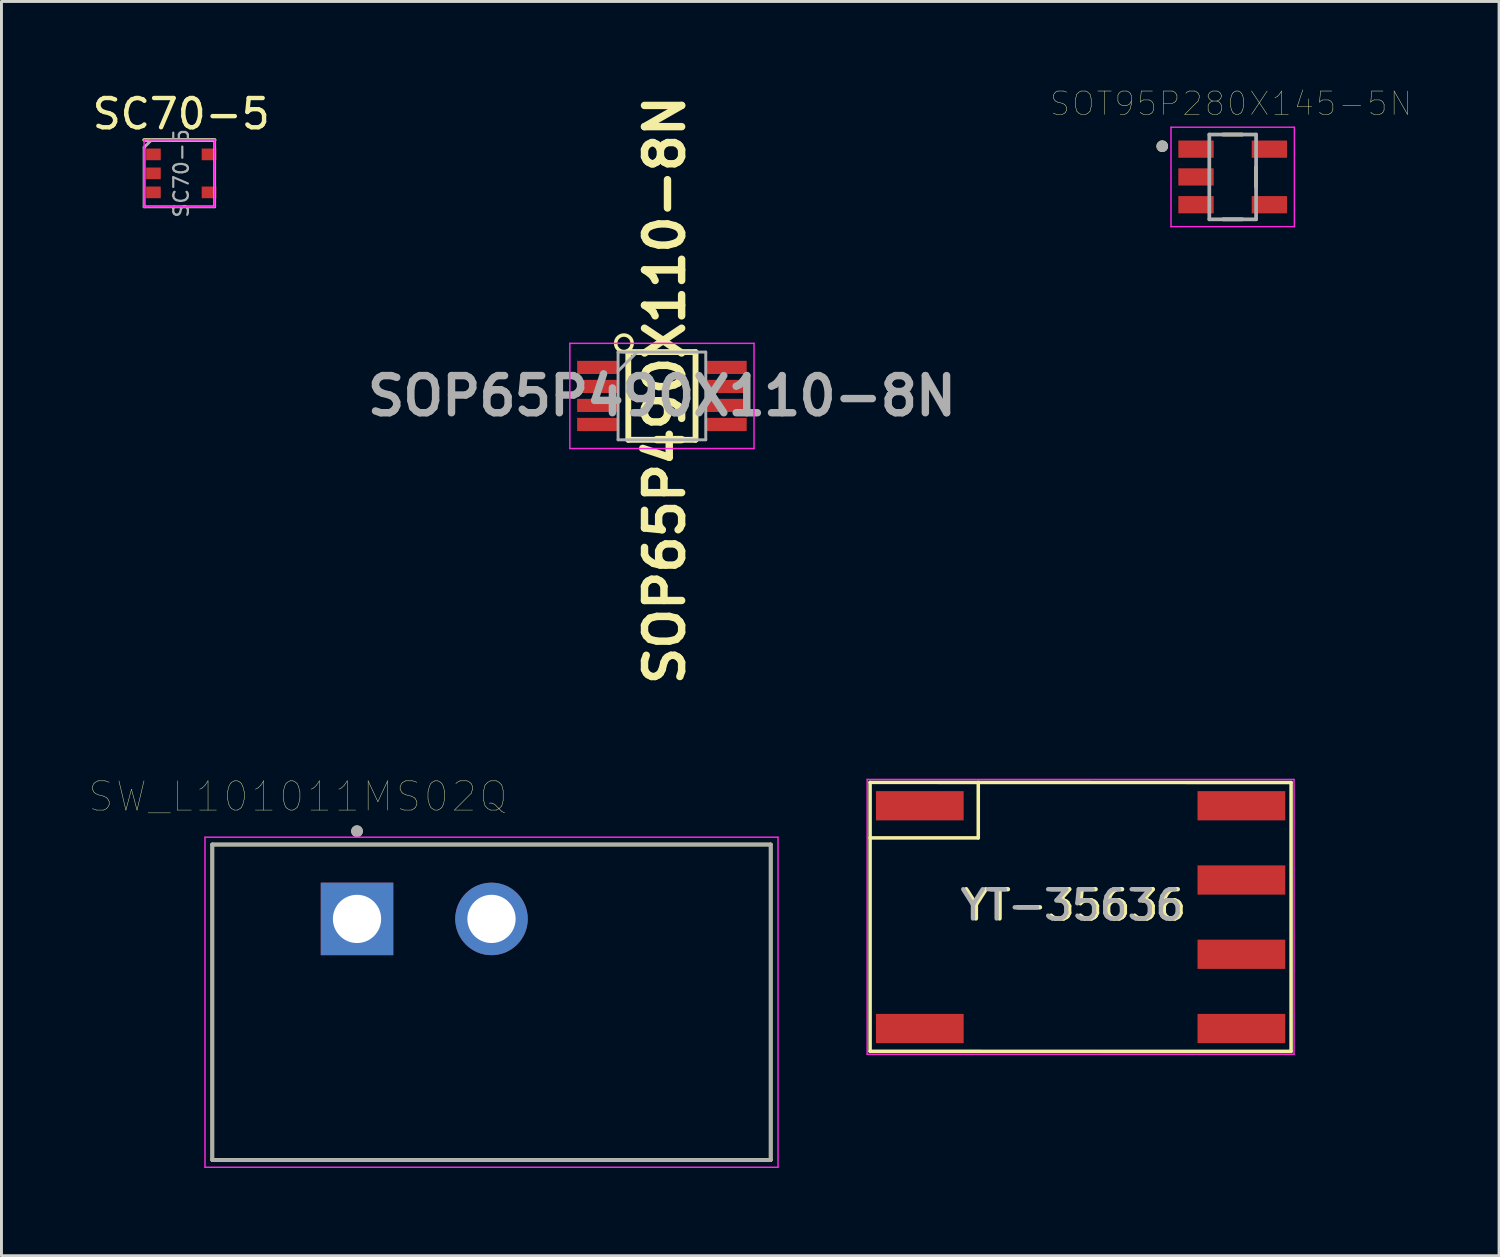
<source format=kicad_pcb>
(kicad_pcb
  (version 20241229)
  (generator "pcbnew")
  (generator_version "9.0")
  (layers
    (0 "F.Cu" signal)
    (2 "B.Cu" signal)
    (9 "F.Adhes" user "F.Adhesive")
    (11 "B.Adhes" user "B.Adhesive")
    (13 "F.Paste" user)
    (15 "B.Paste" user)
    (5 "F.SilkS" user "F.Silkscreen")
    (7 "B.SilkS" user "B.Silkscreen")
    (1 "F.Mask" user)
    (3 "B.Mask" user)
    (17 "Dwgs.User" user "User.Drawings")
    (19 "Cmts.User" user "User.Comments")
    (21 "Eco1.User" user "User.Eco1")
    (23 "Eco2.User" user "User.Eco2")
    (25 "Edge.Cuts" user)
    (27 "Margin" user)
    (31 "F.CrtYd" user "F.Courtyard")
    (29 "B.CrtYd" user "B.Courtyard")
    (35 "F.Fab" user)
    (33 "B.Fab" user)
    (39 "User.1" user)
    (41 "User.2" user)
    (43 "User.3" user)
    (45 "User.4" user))
  (footprint "SC70-5"
    (layer "F.Cu")
    (at 3.149 2.88)
    (property "Reference" "SC70-5" (at 0 -2.032 0) (layer "F.SilkS") (effects (font (size 1 1) (thickness 0.15))))
    (attr smd)
    (fp_line (start 1.143 -1.143) (end -1.27 -1.143) (stroke (width 0.12) (type solid)) (layer "F.SilkS"))
    (fp_line (start -1.27 -1.143) (end 1.143 -1.143) (stroke (width 0.05) (type solid)) (layer "F.CrtYd"))
    (fp_line (start -1.27 1.143) (end -1.27 -1.143) (stroke (width 0.05) (type solid)) (layer "F.CrtYd"))
    (fp_line (start 1.143 -1.143) (end 1.143 1.143) (stroke (width 0.05) (type solid)) (layer "F.CrtYd"))
    (fp_line (start 1.143 1.143) (end -1.27 1.143) (stroke (width 0.05) (type solid)) (layer "F.CrtYd"))
    (fp_line (start -1.27 -0.889) (end -1.27 1.143) (stroke (width 0.1) (type solid)) (layer "F.Fab"))
    (fp_line (start -1.27 -0.889) (end -1.016 -1.143) (stroke (width 0.1) (type solid)) (layer "F.Fab"))
    (fp_line (start 1.143 -1.143) (end -1.023 -1.143) (stroke (width 0.1) (type solid)) (layer "F.Fab"))
    (fp_line (start 1.143 -1.143) (end 1.143 1.143) (stroke (width 0.1) (type solid)) (layer "F.Fab"))
    (fp_line (start 1.143 1.143) (end -1.27 1.143) (stroke (width 0.1) (type solid)) (layer "F.Fab"))
    (fp_text user "${REFERENCE}" (at 0 0 90) (layer "F.Fab") (effects (font (size 0.5 0.5) (thickness 0.075))))
    (pad "1" smd rect (at -0.95 -0.65) (size 0.5 0.4) (layers "F.Cu" "F.Mask" "F.Paste"))
    (pad "2" smd rect (at -0.95 0) (size 0.5 0.4) (layers "F.Cu" "F.Mask" "F.Paste"))
    (pad "3" smd rect (at -0.95 0.65) (size 0.5 0.4) (layers "F.Cu" "F.Mask" "F.Paste"))
    (pad "4" smd rect (at 0.95 0.65) (size 0.5 0.4) (layers "F.Cu" "F.Mask" "F.Paste"))
    (pad "5" smd rect (at 0.95 -0.65) (size 0.5 0.4) (layers "F.Cu" "F.Mask" "F.Paste")))
  (footprint "SOP65P490X110-8N"
    (layer "F.Cu")
    (at 19.591 10.493)
    (property "Reference" "SOP65P490X110-8N" (at 0.1 -0.2 90) (layer "F.SilkS") (effects (font (size 1.27 1.27) (thickness 0.254))))
    (attr smd)
    (fp_line (start -1.15 -1.5) (end 1.15 -1.5) (stroke (width 0.2) (type solid)) (layer "F.SilkS"))
    (fp_line (start -1.15 1.5) (end -1.15 -1.5) (stroke (width 0.2) (type solid)) (layer "F.SilkS"))
    (fp_line (start 1.15 -1.5) (end 1.15 1.5) (stroke (width 0.2) (type solid)) (layer "F.SilkS"))
    (fp_line (start 1.15 1.5) (end -1.15 1.5) (stroke (width 0.2) (type solid)) (layer "F.SilkS"))
    (fp_circle (center -1.3 -1.8) (end -1.1 -1.6) (stroke (width 0.12) (type solid)) (fill no) (layer "F.SilkS"))
    (fp_line (start -3.15 -1.8) (end 3.15 -1.8) (stroke (width 0.05) (type solid)) (layer "F.CrtYd"))
    (fp_line (start -3.15 1.8) (end -3.15 -1.8) (stroke (width 0.05) (type solid)) (layer "F.CrtYd"))
    (fp_line (start 3.15 -1.8) (end 3.15 1.8) (stroke (width 0.05) (type solid)) (layer "F.CrtYd"))
    (fp_line (start 3.15 1.8) (end -3.15 1.8) (stroke (width 0.05) (type solid)) (layer "F.CrtYd"))
    (fp_line (start -1.5 -1.5) (end 1.5 -1.5) (stroke (width 0.1) (type solid)) (layer "F.Fab"))
    (fp_line (start -1.5 -0.85) (end -0.85 -1.5) (stroke (width 0.1) (type solid)) (layer "F.Fab"))
    (fp_line (start -1.5 1.5) (end -1.5 -1.5) (stroke (width 0.1) (type solid)) (layer "F.Fab"))
    (fp_line (start 1.5 -1.5) (end 1.5 1.5) (stroke (width 0.1) (type solid)) (layer "F.Fab"))
    (fp_line (start 1.5 1.5) (end -1.5 1.5) (stroke (width 0.1) (type solid)) (layer "F.Fab"))
    (fp_text user "${REFERENCE}" (at 0 0 0) (layer "F.Fab") (effects (font (size 1.27 1.27) (thickness 0.254))))
    (pad "1" smd rect (at -2.2 -0.975 90) (size 0.45 1.4) (layers "F.Cu" "F.Mask" "F.Paste"))
    (pad "2" smd rect (at -2.2 -0.325 90) (size 0.45 1.4) (layers "F.Cu" "F.Mask" "F.Paste"))
    (pad "3" smd rect (at -2.2 0.325 90) (size 0.45 1.4) (layers "F.Cu" "F.Mask" "F.Paste"))
    (pad "4" smd rect (at -2.2 0.975 90) (size 0.45 1.4) (layers "F.Cu" "F.Mask" "F.Paste"))
    (pad "5" smd rect (at 2.2 0.975 90) (size 0.45 1.4) (layers "F.Cu" "F.Mask" "F.Paste"))
    (pad "6" smd rect (at 2.2 0.325 90) (size 0.45 1.4) (layers "F.Cu" "F.Mask" "F.Paste"))
    (pad "7" smd rect (at 2.2 -0.325 90) (size 0.45 1.4) (layers "F.Cu" "F.Mask" "F.Paste"))
    (pad "8" smd rect (at 2.2 -0.975 90) (size 0.45 1.4) (layers "F.Cu" "F.Mask" "F.Paste")))
  (footprint "YT-35636"
    (layer "F.Cu")
    (at 33.912 24.511)
    (property "Reference" "YT-35636" (at -0.2 3.4 0) (layer "F.SilkS") (effects (font (size 1 1) (thickness 0.15))))
    (attr smd)
    (fp_line (start -7.2 -0.799) (end 7.2 -0.795) (stroke (width 0.12) (type solid)) (layer "F.SilkS"))
    (fp_line (start -7.2 1.1) (end -3.5 1.1) (stroke (width 0.12) (type solid)) (layer "F.SilkS"))
    (fp_line (start -7.2 8.399) (end -7.2 -0.799) (stroke (width 0.12) (type solid)) (layer "F.SilkS"))
    (fp_line (start -7.2 8.399) (end 7.2 8.402) (stroke (width 0.12) (type solid)) (layer "F.SilkS"))
    (fp_line (start -3.5 1.1) (end -3.5 -0.8) (stroke (width 0.12) (type solid)) (layer "F.SilkS"))
    (fp_line (start 7.2 8.402) (end 7.2 -0.795) (stroke (width 0.12) (type solid)) (layer "F.SilkS"))
    (fp_line (start -7.3 -0.9) (end 7.3 -0.9) (stroke (width 0.05) (type solid)) (layer "F.CrtYd"))
    (fp_line (start -7.3 8.5) (end -7.3 -0.9) (stroke (width 0.05) (type solid)) (layer "F.CrtYd"))
    (fp_line (start -7.3 8.5) (end 7.3 8.5) (stroke (width 0.05) (type solid)) (layer "F.CrtYd"))
    (fp_line (start 7.3 8.5) (end 7.3 -0.9) (stroke (width 0.05) (type solid)) (layer "F.CrtYd"))
    (fp_text user "${REFERENCE}" (at -0.3 3.4 0) (layer "F.Fab") (effects (font (size 1 1) (thickness 0.15))))
    (pad "1" smd rect (at -5.5 0) (size 3 1) (layers "F.Cu" "F.Mask" "F.Paste"))
    (pad "4" smd rect (at -5.5 7.62) (size 3 1) (layers "F.Cu" "F.Mask" "F.Paste"))
    (pad "5" smd rect (at 5.5 7.62) (size 3 1) (layers "F.Cu" "F.Mask" "F.Paste"))
    (pad "6" smd rect (at 5.5 5.08) (size 3 1) (layers "F.Cu" "F.Mask" "F.Paste"))
    (pad "7" smd rect (at 5.5 2.54) (size 3 1) (layers "F.Cu" "F.Mask" "F.Paste"))
    (pad "8" smd rect (at 5.5 0) (size 3 1) (layers "F.Cu" "F.Mask" "F.Paste")))
  (footprint "SW_L101011MS02Q"
    (layer "F.Cu")
    (at 13.762 31.232)
    (property "Reference" "SW_L101011MS02Q" (at -6.625 -7.035 0) (layer "F.SilkS") (effects (font (size 1 1) (thickness 0.015))))
    (attr through_hole)
    (fp_line (start -9.55 -5.395) (end 9.55 -5.395) (stroke (width 0.127) (type solid)) (layer "F.SilkS"))
    (fp_line (start -9.55 5.395) (end -9.55 -5.395) (stroke (width 0.127) (type solid)) (layer "F.SilkS"))
    (fp_line (start 9.55 -5.395) (end 9.55 5.395) (stroke (width 0.127) (type solid)) (layer "F.SilkS"))
    (fp_line (start 9.55 5.395) (end -9.55 5.395) (stroke (width 0.127) (type solid)) (layer "F.SilkS"))
    (fp_circle (center -4.6 -5.85) (end -4.5 -5.85) (stroke (width 0.2) (type solid)) (fill no) (layer "F.SilkS"))
    (fp_line (start -9.8 -5.645) (end 9.8 -5.645) (stroke (width 0.05) (type solid)) (layer "F.CrtYd"))
    (fp_line (start -9.8 5.645) (end -9.8 -5.645) (stroke (width 0.05) (type solid)) (layer "F.CrtYd"))
    (fp_line (start 9.8 -5.645) (end 9.8 5.645) (stroke (width 0.05) (type solid)) (layer "F.CrtYd"))
    (fp_line (start 9.8 5.645) (end -9.8 5.645) (stroke (width 0.05) (type solid)) (layer "F.CrtYd"))
    (fp_line (start -9.55 -5.395) (end 9.55 -5.395) (stroke (width 0.127) (type solid)) (layer "F.Fab"))
    (fp_line (start -9.55 5.395) (end -9.55 -5.395) (stroke (width 0.127) (type solid)) (layer "F.Fab"))
    (fp_line (start 9.55 -5.395) (end 9.55 5.395) (stroke (width 0.127) (type solid)) (layer "F.Fab"))
    (fp_line (start 9.55 5.395) (end -9.55 5.395) (stroke (width 0.127) (type solid)) (layer "F.Fab"))
    (fp_circle (center -4.6 -5.85) (end -4.5 -5.85) (stroke (width 0.2) (type solid)) (fill no) (layer "F.Fab"))
    (pad "1" thru_hole rect (at -4.6 -2.85) (size 2.48 2.48) (drill 1.65) (layers "*.Cu" "*.Mask"))
    (pad "2" thru_hole circle (at 0 -2.85) (size 2.48 2.48) (drill 1.65) (layers "*.Cu" "*.Mask")))
  (footprint "SOT95P280X145-5N"
    (layer "F.Cu")
    (at 39.115 3.002)
    (property "Reference" "SOT95P280X145-5N" (at -0.06 -2.508 0) (layer "F.SilkS") (effects (font (size 0.8 0.8) (thickness 0.015))))
    (attr smd)
    (fp_line (start -0.33 -1.45) (end 0.33 -1.45) (stroke (width 0.127) (type solid)) (layer "F.SilkS"))
    (fp_line (start 0.33 1.45) (end -0.33 1.45) (stroke (width 0.127) (type solid)) (layer "F.SilkS"))
    (fp_line (start 0.8 -0.335) (end 0.8 0.335) (stroke (width 0.127) (type solid)) (layer "F.SilkS"))
    (fp_circle (center -2.41 -1.05) (end -2.31 -1.05) (stroke (width 0.2) (type solid)) (fill no) (layer "F.SilkS"))
    (fp_line (start -2.11 -1.7) (end 2.11 -1.7) (stroke (width 0.05) (type solid)) (layer "F.CrtYd"))
    (fp_line (start -2.11 1.7) (end -2.11 -1.7) (stroke (width 0.05) (type solid)) (layer "F.CrtYd"))
    (fp_line (start 2.11 -1.7) (end 2.11 1.7) (stroke (width 0.05) (type solid)) (layer "F.CrtYd"))
    (fp_line (start 2.11 1.7) (end -2.11 1.7) (stroke (width 0.05) (type solid)) (layer "F.CrtYd"))
    (fp_line (start -0.8 -1.45) (end 0.8 -1.45) (stroke (width 0.127) (type solid)) (layer "F.Fab"))
    (fp_line (start -0.8 1.45) (end -0.8 -1.45) (stroke (width 0.127) (type solid)) (layer "F.Fab"))
    (fp_line (start 0.8 -1.45) (end 0.8 1.45) (stroke (width 0.127) (type solid)) (layer "F.Fab"))
    (fp_line (start 0.8 1.45) (end -0.8 1.45) (stroke (width 0.127) (type solid)) (layer "F.Fab"))
    (fp_circle (center -2.41 -1.05) (end -2.31 -1.05) (stroke (width 0.2) (type solid)) (fill no) (layer "F.Fab"))
    (pad "1" smd rect (at -1.255 -0.95) (size 1.21 0.59) (layers "F.Cu" "F.Mask" "F.Paste"))
    (pad "2" smd rect (at -1.255 0) (size 1.21 0.59) (layers "F.Cu" "F.Mask" "F.Paste"))
    (pad "3" smd rect (at -1.255 0.95) (size 1.21 0.59) (layers "F.Cu" "F.Mask" "F.Paste"))
    (pad "4" smd rect (at 1.255 0.95) (size 1.21 0.59) (layers "F.Cu" "F.Mask" "F.Paste"))
    (pad "5" smd rect (at 1.255 -0.95) (size 1.21 0.59) (layers "F.Cu" "F.Mask" "F.Paste")))
  (gr_rect
    (start -3 -3)
    (end 48.226 39.902)
    (stroke (width 0.1) (type default))
    (fill no)
    (layer "Edge.Cuts")))
</source>
